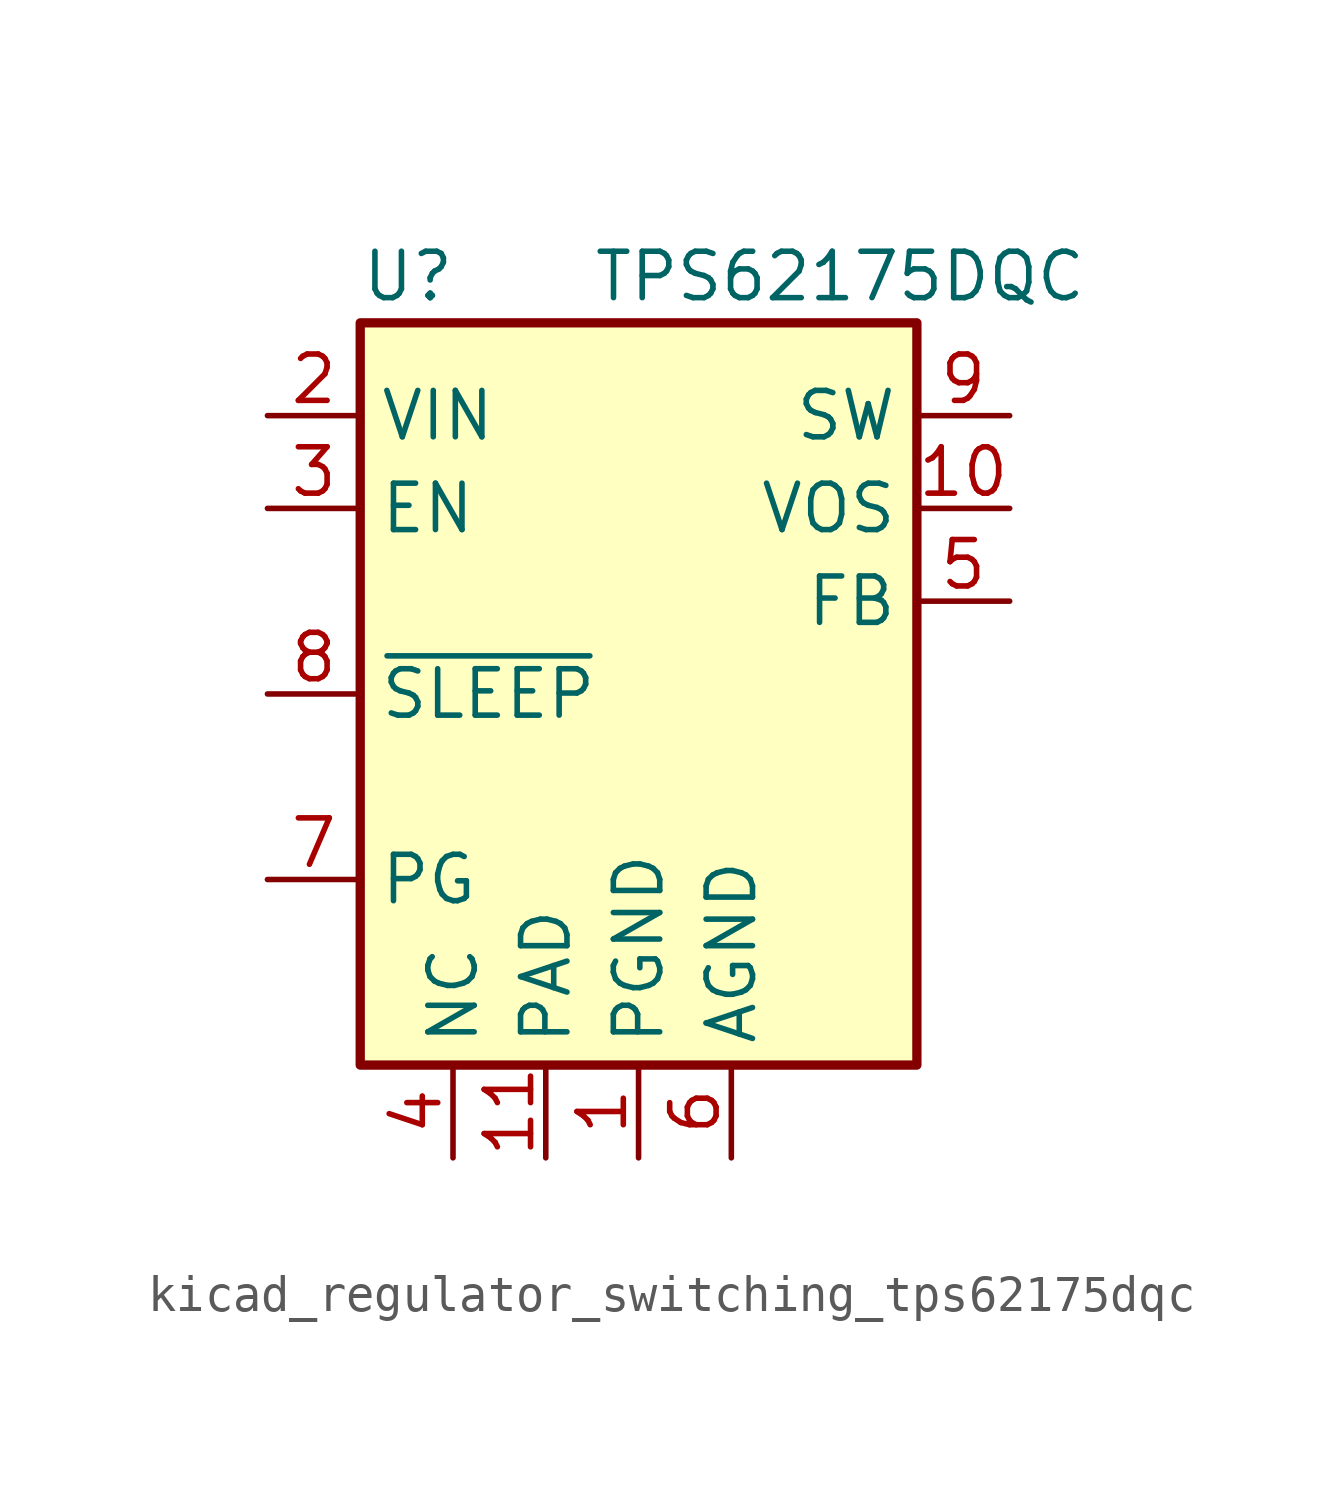
<source format=kicad_sym>
(kicad_symbol_lib
  (version 20220914)
  (generator kicad_symbol_editor)
  (symbol "kicad_regulator_switching_tps62175dqc"
    (property "Reference" "U"
      (at -7.62 11.43 0)
      (effects (font (size 1.27 1.27)) (justify left)))
    (property "Value" "TPS62175DQC"
      (at -1.27 11.43 0)
      (effects (font (size 1.27 1.27)) (justify left)))
    (symbol "kicad_regulator_switching_tps62175dqc_0_1"
      (rectangle (start -7.62 10.16) (end 7.62 -10.16) (stroke (width 0.254) (type default)) (fill (type background))))
    (symbol "kicad_regulator_switching_tps62175dqc_1_1"
      (pin power_in line (at 0 -12.7 90) (length 2.54) (name "PGND" (effects (font (size 1.27 1.27)))) (number "1" (effects (font (size 1.27 1.27)))))
      (pin input line (at 10.16 5.08 180) (length 2.54) (name "VOS" (effects (font (size 1.27 1.27)))) (number "10" (effects (font (size 1.27 1.27)))))
      (pin power_in line (at -2.54 -12.7 90) (length 2.54) (name "PAD" (effects (font (size 1.27 1.27)))) (number "11" (effects (font (size 1.27 1.27)))))
      (pin power_in line (at -10.16 7.62 0) (length 2.54) (name "VIN" (effects (font (size 1.27 1.27)))) (number "2" (effects (font (size 1.27 1.27)))))
      (pin input line (at -10.16 5.08 0) (length 2.54) (name "EN" (effects (font (size 1.27 1.27)))) (number "3" (effects (font (size 1.27 1.27)))))
      (pin passive line (at -5.08 -12.7 90) (length 2.54) (name "NC" (effects (font (size 1.27 1.27)))) (number "4" (effects (font (size 1.27 1.27)))))
      (pin input line (at 10.16 2.54 180) (length 2.54) (name "FB" (effects (font (size 1.27 1.27)))) (number "5" (effects (font (size 1.27 1.27)))))
      (pin power_in line (at 2.54 -12.7 90) (length 2.54) (name "AGND" (effects (font (size 1.27 1.27)))) (number "6" (effects (font (size 1.27 1.27)))))
      (pin output line (at -10.16 -5.08 0) (length 2.54) (name "PG" (effects (font (size 1.27 1.27)))) (number "7" (effects (font (size 1.27 1.27)))))
      (pin input line (at -10.16 0 0) (length 2.54) (name "~{SLEEP}" (effects (font (size 1.27 1.27)))) (number "8" (effects (font (size 1.27 1.27)))))
      (pin power_out line (at 10.16 7.62 180) (length 2.54) (name "SW" (effects (font (size 1.27 1.27)))) (number "9" (effects (font (size 1.27 1.27))))))))
</source>
